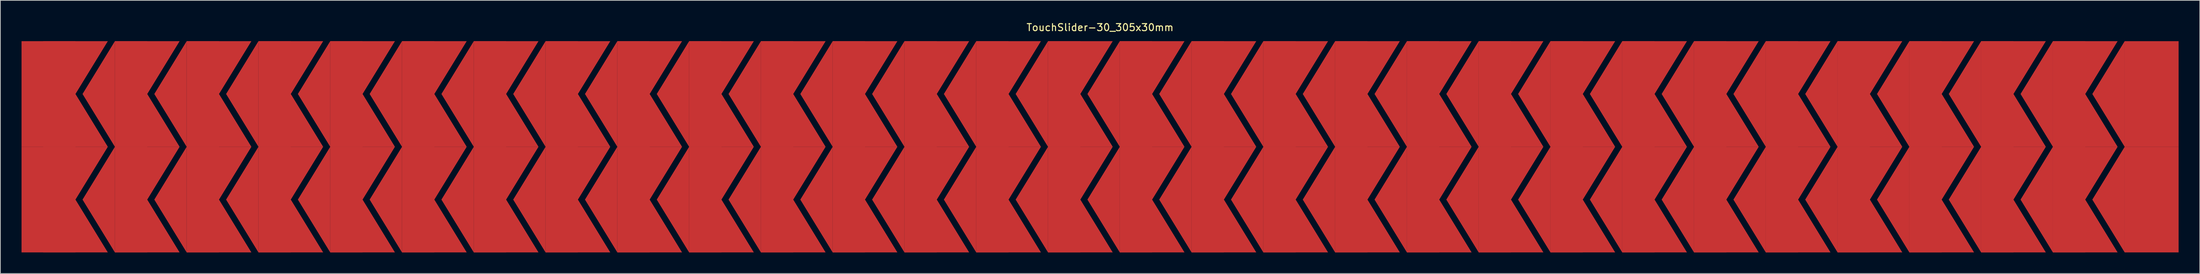
<source format=kicad_pcb>
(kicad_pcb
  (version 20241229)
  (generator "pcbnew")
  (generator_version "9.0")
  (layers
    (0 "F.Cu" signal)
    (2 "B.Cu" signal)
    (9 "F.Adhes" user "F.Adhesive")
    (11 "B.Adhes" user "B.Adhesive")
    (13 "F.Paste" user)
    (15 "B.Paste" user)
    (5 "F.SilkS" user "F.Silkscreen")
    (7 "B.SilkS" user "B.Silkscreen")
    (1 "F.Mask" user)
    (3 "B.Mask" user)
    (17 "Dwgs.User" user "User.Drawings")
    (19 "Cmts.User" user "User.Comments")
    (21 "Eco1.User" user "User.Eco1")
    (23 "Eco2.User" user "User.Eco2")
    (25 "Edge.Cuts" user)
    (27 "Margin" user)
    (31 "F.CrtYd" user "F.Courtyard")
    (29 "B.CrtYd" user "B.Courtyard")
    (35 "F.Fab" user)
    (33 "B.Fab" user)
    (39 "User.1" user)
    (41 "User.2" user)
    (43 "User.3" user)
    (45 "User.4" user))
  (footprint "TouchSlider-30_305x30mm"
    (layer "F.Cu")
    (at 152.764 17.798)
    (property "Reference" "TouchSlider-30_305x30mm" (at 0 -16.95 0) (layer "F.SilkS") (effects (font (size 1 1) (thickness 0.15))))
    (attr smd)
    (pad "1" smd rect (at -148.944 -7.5) (size 7.639 15) (layers "F.Cu" "F.Mask"))
    (pad "1" smd rect (at -148.944 7.5) (size 7.639 15) (layers "F.Cu" "F.Mask"))
    (pad "1" smd trapezoid (at -145.125 -11.25) (size 4.583 7.5) (rect_delta 0 -4.583) (layers "F.Cu" "F.Mask"))
    (pad "1" smd trapezoid (at -145.125 -3.75) (size 4.583 7.5) (rect_delta 0 4.583) (layers "F.Cu" "F.Mask"))
    (pad "1" smd trapezoid (at -145.125 3.75) (size 4.583 7.5) (rect_delta 0 -4.583) (layers "F.Cu" "F.Mask"))
    (pad "1" smd trapezoid (at -145.125 11.25) (size 4.583 7.5) (rect_delta 0 4.583) (layers "F.Cu" "F.Mask"))
    (pad "2" smd trapezoid (at -141.833 -7.5) (size 4.583 7.5) (rect_delta -7.5 0) (layers "F.Cu" "F.Mask"))
    (pad "2" smd trapezoid (at -141.833 7.5) (size 4.583 7.5) (rect_delta -7.5 0) (layers "F.Cu" "F.Mask"))
    (pad "2" smd rect (at -137.25 -7.5) (size 4.583 15) (layers "F.Cu" "F.Mask"))
    (pad "2" smd rect (at -137.25 7.5) (size 4.583 15) (layers "F.Cu" "F.Mask"))
    (pad "2" smd trapezoid (at -134.958 -11.25) (size 4.583 7.5) (rect_delta 0 -4.583) (layers "F.Cu" "F.Mask"))
    (pad "2" smd trapezoid (at -134.958 -3.75) (size 4.583 7.5) (rect_delta 0 4.583) (layers "F.Cu" "F.Mask"))
    (pad "2" smd trapezoid (at -134.958 3.75) (size 4.583 7.5) (rect_delta 0 -4.583) (layers "F.Cu" "F.Mask"))
    (pad "2" smd trapezoid (at -134.958 11.25) (size 4.583 7.5) (rect_delta 0 4.583) (layers "F.Cu" "F.Mask"))
    (pad "3" smd trapezoid (at -131.667 -7.5) (size 4.583 7.5) (rect_delta -7.5 0) (layers "F.Cu" "F.Mask"))
    (pad "3" smd trapezoid (at -131.667 7.5) (size 4.583 7.5) (rect_delta -7.5 0) (layers "F.Cu" "F.Mask"))
    (pad "3" smd rect (at -127.083 -7.5) (size 4.583 15) (layers "F.Cu" "F.Mask"))
    (pad "3" smd rect (at -127.083 7.5) (size 4.583 15) (layers "F.Cu" "F.Mask"))
    (pad "3" smd trapezoid (at -124.792 -11.25) (size 4.583 7.5) (rect_delta 0 -4.583) (layers "F.Cu" "F.Mask"))
    (pad "3" smd trapezoid (at -124.792 -3.75) (size 4.583 7.5) (rect_delta 0 4.583) (layers "F.Cu" "F.Mask"))
    (pad "3" smd trapezoid (at -124.792 3.75) (size 4.583 7.5) (rect_delta 0 -4.583) (layers "F.Cu" "F.Mask"))
    (pad "3" smd trapezoid (at -124.792 11.25) (size 4.583 7.5) (rect_delta 0 4.583) (layers "F.Cu" "F.Mask"))
    (pad "4" smd trapezoid (at -121.5 -7.5) (size 4.583 7.5) (rect_delta -7.5 0) (layers "F.Cu" "F.Mask"))
    (pad "4" smd trapezoid (at -121.5 7.5) (size 4.583 7.5) (rect_delta -7.5 0) (layers "F.Cu" "F.Mask"))
    (pad "4" smd rect (at -116.917 -7.5) (size 4.583 15) (layers "F.Cu" "F.Mask"))
    (pad "4" smd rect (at -116.917 7.5) (size 4.583 15) (layers "F.Cu" "F.Mask"))
    (pad "4" smd trapezoid (at -114.625 -11.25) (size 4.583 7.5) (rect_delta 0 -4.583) (layers "F.Cu" "F.Mask"))
    (pad "4" smd trapezoid (at -114.625 -3.75) (size 4.583 7.5) (rect_delta 0 4.583) (layers "F.Cu" "F.Mask"))
    (pad "4" smd trapezoid (at -114.625 3.75) (size 4.583 7.5) (rect_delta 0 -4.583) (layers "F.Cu" "F.Mask"))
    (pad "4" smd trapezoid (at -114.625 11.25) (size 4.583 7.5) (rect_delta 0 4.583) (layers "F.Cu" "F.Mask"))
    (pad "5" smd trapezoid (at -111.333 -7.5) (size 4.583 7.5) (rect_delta -7.5 0) (layers "F.Cu" "F.Mask"))
    (pad "5" smd trapezoid (at -111.333 7.5) (size 4.583 7.5) (rect_delta -7.5 0) (layers "F.Cu" "F.Mask"))
    (pad "5" smd rect (at -106.75 -7.5) (size 4.583 15) (layers "F.Cu" "F.Mask"))
    (pad "5" smd rect (at -106.75 7.5) (size 4.583 15) (layers "F.Cu" "F.Mask"))
    (pad "5" smd trapezoid (at -104.458 -11.25) (size 4.583 7.5) (rect_delta 0 -4.583) (layers "F.Cu" "F.Mask"))
    (pad "5" smd trapezoid (at -104.458 -3.75) (size 4.583 7.5) (rect_delta 0 4.583) (layers "F.Cu" "F.Mask"))
    (pad "5" smd trapezoid (at -104.458 3.75) (size 4.583 7.5) (rect_delta 0 -4.583) (layers "F.Cu" "F.Mask"))
    (pad "5" smd trapezoid (at -104.458 11.25) (size 4.583 7.5) (rect_delta 0 4.583) (layers "F.Cu" "F.Mask"))
    (pad "6" smd trapezoid (at -101.167 -7.5) (size 4.583 7.5) (rect_delta -7.5 0) (layers "F.Cu" "F.Mask"))
    (pad "6" smd trapezoid (at -101.167 7.5) (size 4.583 7.5) (rect_delta -7.5 0) (layers "F.Cu" "F.Mask"))
    (pad "6" smd rect (at -96.583 -7.5) (size 4.583 15) (layers "F.Cu" "F.Mask"))
    (pad "6" smd rect (at -96.583 7.5) (size 4.583 15) (layers "F.Cu" "F.Mask"))
    (pad "6" smd trapezoid (at -94.292 -11.25) (size 4.583 7.5) (rect_delta 0 -4.583) (layers "F.Cu" "F.Mask"))
    (pad "6" smd trapezoid (at -94.292 -3.75) (size 4.583 7.5) (rect_delta 0 4.583) (layers "F.Cu" "F.Mask"))
    (pad "6" smd trapezoid (at -94.292 3.75) (size 4.583 7.5) (rect_delta 0 -4.583) (layers "F.Cu" "F.Mask"))
    (pad "6" smd trapezoid (at -94.292 11.25) (size 4.583 7.5) (rect_delta 0 4.583) (layers "F.Cu" "F.Mask"))
    (pad "7" smd trapezoid (at -91 -7.5) (size 4.583 7.5) (rect_delta -7.5 0) (layers "F.Cu" "F.Mask"))
    (pad "7" smd trapezoid (at -91 7.5) (size 4.583 7.5) (rect_delta -7.5 0) (layers "F.Cu" "F.Mask"))
    (pad "7" smd rect (at -86.417 -7.5) (size 4.583 15) (layers "F.Cu" "F.Mask"))
    (pad "7" smd rect (at -86.417 7.5) (size 4.583 15) (layers "F.Cu" "F.Mask"))
    (pad "7" smd trapezoid (at -84.125 -11.25) (size 4.583 7.5) (rect_delta 0 -4.583) (layers "F.Cu" "F.Mask"))
    (pad "7" smd trapezoid (at -84.125 -3.75) (size 4.583 7.5) (rect_delta 0 4.583) (layers "F.Cu" "F.Mask"))
    (pad "7" smd trapezoid (at -84.125 3.75) (size 4.583 7.5) (rect_delta 0 -4.583) (layers "F.Cu" "F.Mask"))
    (pad "7" smd trapezoid (at -84.125 11.25) (size 4.583 7.5) (rect_delta 0 4.583) (layers "F.Cu" "F.Mask"))
    (pad "8" smd trapezoid (at -80.833 -7.5) (size 4.583 7.5) (rect_delta -7.5 0) (layers "F.Cu" "F.Mask"))
    (pad "8" smd trapezoid (at -80.833 7.5) (size 4.583 7.5) (rect_delta -7.5 0) (layers "F.Cu" "F.Mask"))
    (pad "8" smd rect (at -76.25 -7.5) (size 4.583 15) (layers "F.Cu" "F.Mask"))
    (pad "8" smd rect (at -76.25 7.5) (size 4.583 15) (layers "F.Cu" "F.Mask"))
    (pad "8" smd trapezoid (at -73.958 -11.25) (size 4.583 7.5) (rect_delta 0 -4.583) (layers "F.Cu" "F.Mask"))
    (pad "8" smd trapezoid (at -73.958 -3.75) (size 4.583 7.5) (rect_delta 0 4.583) (layers "F.Cu" "F.Mask"))
    (pad "8" smd trapezoid (at -73.958 3.75) (size 4.583 7.5) (rect_delta 0 -4.583) (layers "F.Cu" "F.Mask"))
    (pad "8" smd trapezoid (at -73.958 11.25) (size 4.583 7.5) (rect_delta 0 4.583) (layers "F.Cu" "F.Mask"))
    (pad "9" smd trapezoid (at -70.667 -7.5) (size 4.583 7.5) (rect_delta -7.5 0) (layers "F.Cu" "F.Mask"))
    (pad "9" smd trapezoid (at -70.667 7.5) (size 4.583 7.5) (rect_delta -7.5 0) (layers "F.Cu" "F.Mask"))
    (pad "9" smd rect (at -66.083 -7.5) (size 4.583 15) (layers "F.Cu" "F.Mask"))
    (pad "9" smd rect (at -66.083 7.5) (size 4.583 15) (layers "F.Cu" "F.Mask"))
    (pad "9" smd trapezoid (at -63.792 -11.25) (size 4.583 7.5) (rect_delta 0 -4.583) (layers "F.Cu" "F.Mask"))
    (pad "9" smd trapezoid (at -63.792 -3.75) (size 4.583 7.5) (rect_delta 0 4.583) (layers "F.Cu" "F.Mask"))
    (pad "9" smd trapezoid (at -63.792 3.75) (size 4.583 7.5) (rect_delta 0 -4.583) (layers "F.Cu" "F.Mask"))
    (pad "9" smd trapezoid (at -63.792 11.25) (size 4.583 7.5) (rect_delta 0 4.583) (layers "F.Cu" "F.Mask"))
    (pad "10" smd trapezoid (at -60.5 -7.5) (size 4.583 7.5) (rect_delta -7.5 0) (layers "F.Cu" "F.Mask"))
    (pad "10" smd trapezoid (at -60.5 7.5) (size 4.583 7.5) (rect_delta -7.5 0) (layers "F.Cu" "F.Mask"))
    (pad "10" smd rect (at -55.917 -7.5) (size 4.583 15) (layers "F.Cu" "F.Mask"))
    (pad "10" smd rect (at -55.917 7.5) (size 4.583 15) (layers "F.Cu" "F.Mask"))
    (pad "10" smd trapezoid (at -53.625 -11.25) (size 4.583 7.5) (rect_delta 0 -4.583) (layers "F.Cu" "F.Mask"))
    (pad "10" smd trapezoid (at -53.625 -3.75) (size 4.583 7.5) (rect_delta 0 4.583) (layers "F.Cu" "F.Mask"))
    (pad "10" smd trapezoid (at -53.625 3.75) (size 4.583 7.5) (rect_delta 0 -4.583) (layers "F.Cu" "F.Mask"))
    (pad "10" smd trapezoid (at -53.625 11.25) (size 4.583 7.5) (rect_delta 0 4.583) (layers "F.Cu" "F.Mask"))
    (pad "11" smd trapezoid (at -50.333 -7.5) (size 4.583 7.5) (rect_delta -7.5 0) (layers "F.Cu" "F.Mask"))
    (pad "11" smd trapezoid (at -50.333 7.5) (size 4.583 7.5) (rect_delta -7.5 0) (layers "F.Cu" "F.Mask"))
    (pad "11" smd rect (at -45.75 -7.5) (size 4.583 15) (layers "F.Cu" "F.Mask"))
    (pad "11" smd rect (at -45.75 7.5) (size 4.583 15) (layers "F.Cu" "F.Mask"))
    (pad "11" smd trapezoid (at -43.458 -11.25) (size 4.583 7.5) (rect_delta 0 -4.583) (layers "F.Cu" "F.Mask"))
    (pad "11" smd trapezoid (at -43.458 -3.75) (size 4.583 7.5) (rect_delta 0 4.583) (layers "F.Cu" "F.Mask"))
    (pad "11" smd trapezoid (at -43.458 3.75) (size 4.583 7.5) (rect_delta 0 -4.583) (layers "F.Cu" "F.Mask"))
    (pad "11" smd trapezoid (at -43.458 11.25) (size 4.583 7.5) (rect_delta 0 4.583) (layers "F.Cu" "F.Mask"))
    (pad "12" smd trapezoid (at -40.167 -7.5) (size 4.583 7.5) (rect_delta -7.5 0) (layers "F.Cu" "F.Mask"))
    (pad "12" smd trapezoid (at -40.167 7.5) (size 4.583 7.5) (rect_delta -7.5 0) (layers "F.Cu" "F.Mask"))
    (pad "12" smd rect (at -35.583 -7.5) (size 4.583 15) (layers "F.Cu" "F.Mask"))
    (pad "12" smd rect (at -35.583 7.5) (size 4.583 15) (layers "F.Cu" "F.Mask"))
    (pad "12" smd trapezoid (at -33.292 -11.25) (size 4.583 7.5) (rect_delta 0 -4.583) (layers "F.Cu" "F.Mask"))
    (pad "12" smd trapezoid (at -33.292 -3.75) (size 4.583 7.5) (rect_delta 0 4.583) (layers "F.Cu" "F.Mask"))
    (pad "12" smd trapezoid (at -33.292 3.75) (size 4.583 7.5) (rect_delta 0 -4.583) (layers "F.Cu" "F.Mask"))
    (pad "12" smd trapezoid (at -33.292 11.25) (size 4.583 7.5) (rect_delta 0 4.583) (layers "F.Cu" "F.Mask"))
    (pad "13" smd trapezoid (at -30 -7.5) (size 4.583 7.5) (rect_delta -7.5 0) (layers "F.Cu" "F.Mask"))
    (pad "13" smd trapezoid (at -30 7.5) (size 4.583 7.5) (rect_delta -7.5 0) (layers "F.Cu" "F.Mask"))
    (pad "13" smd rect (at -25.417 -7.5) (size 4.583 15) (layers "F.Cu" "F.Mask"))
    (pad "13" smd rect (at -25.417 7.5) (size 4.583 15) (layers "F.Cu" "F.Mask"))
    (pad "13" smd trapezoid (at -23.125 -11.25) (size 4.583 7.5) (rect_delta 0 -4.583) (layers "F.Cu" "F.Mask"))
    (pad "13" smd trapezoid (at -23.125 -3.75) (size 4.583 7.5) (rect_delta 0 4.583) (layers "F.Cu" "F.Mask"))
    (pad "13" smd trapezoid (at -23.125 3.75) (size 4.583 7.5) (rect_delta 0 -4.583) (layers "F.Cu" "F.Mask"))
    (pad "13" smd trapezoid (at -23.125 11.25) (size 4.583 7.5) (rect_delta 0 4.583) (layers "F.Cu" "F.Mask"))
    (pad "14" smd trapezoid (at -19.833 -7.5) (size 4.583 7.5) (rect_delta -7.5 0) (layers "F.Cu" "F.Mask"))
    (pad "14" smd trapezoid (at -19.833 7.5) (size 4.583 7.5) (rect_delta -7.5 0) (layers "F.Cu" "F.Mask"))
    (pad "14" smd rect (at -15.25 -7.5) (size 4.583 15) (layers "F.Cu" "F.Mask"))
    (pad "14" smd rect (at -15.25 7.5) (size 4.583 15) (layers "F.Cu" "F.Mask"))
    (pad "14" smd trapezoid (at -12.958 -11.25) (size 4.583 7.5) (rect_delta 0 -4.583) (layers "F.Cu" "F.Mask"))
    (pad "14" smd trapezoid (at -12.958 -3.75) (size 4.583 7.5) (rect_delta 0 4.583) (layers "F.Cu" "F.Mask"))
    (pad "14" smd trapezoid (at -12.958 3.75) (size 4.583 7.5) (rect_delta 0 -4.583) (layers "F.Cu" "F.Mask"))
    (pad "14" smd trapezoid (at -12.958 11.25) (size 4.583 7.5) (rect_delta 0 4.583) (layers "F.Cu" "F.Mask"))
    (pad "15" smd trapezoid (at -9.667 -7.5) (size 4.583 7.5) (rect_delta -7.5 0) (layers "F.Cu" "F.Mask"))
    (pad "15" smd trapezoid (at -9.667 7.5) (size 4.583 7.5) (rect_delta -7.5 0) (layers "F.Cu" "F.Mask"))
    (pad "15" smd rect (at -5.083 -7.5) (size 4.583 15) (layers "F.Cu" "F.Mask"))
    (pad "15" smd rect (at -5.083 7.5) (size 4.583 15) (layers "F.Cu" "F.Mask"))
    (pad "15" smd trapezoid (at -2.792 -11.25) (size 4.583 7.5) (rect_delta 0 -4.583) (layers "F.Cu" "F.Mask"))
    (pad "15" smd trapezoid (at -2.792 -3.75) (size 4.583 7.5) (rect_delta 0 4.583) (layers "F.Cu" "F.Mask"))
    (pad "15" smd trapezoid (at -2.792 3.75) (size 4.583 7.5) (rect_delta 0 -4.583) (layers "F.Cu" "F.Mask"))
    (pad "15" smd trapezoid (at -2.792 11.25) (size 4.583 7.5) (rect_delta 0 4.583) (layers "F.Cu" "F.Mask"))
    (pad "16" smd trapezoid (at 0.5 -7.5) (size 4.583 7.5) (rect_delta -7.5 0) (layers "F.Cu" "F.Mask"))
    (pad "16" smd trapezoid (at 0.5 7.5) (size 4.583 7.5) (rect_delta -7.5 0) (layers "F.Cu" "F.Mask"))
    (pad "16" smd rect (at 5.083 -7.5) (size 4.583 15) (layers "F.Cu" "F.Mask"))
    (pad "16" smd rect (at 5.083 7.5) (size 4.583 15) (layers "F.Cu" "F.Mask"))
    (pad "16" smd trapezoid (at 7.375 -11.25) (size 4.583 7.5) (rect_delta 0 -4.583) (layers "F.Cu" "F.Mask"))
    (pad "16" smd trapezoid (at 7.375 -3.75) (size 4.583 7.5) (rect_delta 0 4.583) (layers "F.Cu" "F.Mask"))
    (pad "16" smd trapezoid (at 7.375 3.75) (size 4.583 7.5) (rect_delta 0 -4.583) (layers "F.Cu" "F.Mask"))
    (pad "16" smd trapezoid (at 7.375 11.25) (size 4.583 7.5) (rect_delta 0 4.583) (layers "F.Cu" "F.Mask"))
    (pad "17" smd trapezoid (at 10.667 -7.5) (size 4.583 7.5) (rect_delta -7.5 0) (layers "F.Cu" "F.Mask"))
    (pad "17" smd trapezoid (at 10.667 7.5) (size 4.583 7.5) (rect_delta -7.5 0) (layers "F.Cu" "F.Mask"))
    (pad "17" smd rect (at 15.25 -7.5) (size 4.583 15) (layers "F.Cu" "F.Mask"))
    (pad "17" smd rect (at 15.25 7.5) (size 4.583 15) (layers "F.Cu" "F.Mask"))
    (pad "17" smd trapezoid (at 17.542 -11.25) (size 4.583 7.5) (rect_delta 0 -4.583) (layers "F.Cu" "F.Mask"))
    (pad "17" smd trapezoid (at 17.542 -3.75) (size 4.583 7.5) (rect_delta 0 4.583) (layers "F.Cu" "F.Mask"))
    (pad "17" smd trapezoid (at 17.542 3.75) (size 4.583 7.5) (rect_delta 0 -4.583) (layers "F.Cu" "F.Mask"))
    (pad "17" smd trapezoid (at 17.542 11.25) (size 4.583 7.5) (rect_delta 0 4.583) (layers "F.Cu" "F.Mask"))
    (pad "18" smd trapezoid (at 20.833 -7.5) (size 4.583 7.5) (rect_delta -7.5 0) (layers "F.Cu" "F.Mask"))
    (pad "18" smd trapezoid (at 20.833 7.5) (size 4.583 7.5) (rect_delta -7.5 0) (layers "F.Cu" "F.Mask"))
    (pad "18" smd rect (at 25.417 -7.5) (size 4.583 15) (layers "F.Cu" "F.Mask"))
    (pad "18" smd rect (at 25.417 7.5) (size 4.583 15) (layers "F.Cu" "F.Mask"))
    (pad "18" smd trapezoid (at 27.708 -11.25) (size 4.583 7.5) (rect_delta 0 -4.583) (layers "F.Cu" "F.Mask"))
    (pad "18" smd trapezoid (at 27.708 -3.75) (size 4.583 7.5) (rect_delta 0 4.583) (layers "F.Cu" "F.Mask"))
    (pad "18" smd trapezoid (at 27.708 3.75) (size 4.583 7.5) (rect_delta 0 -4.583) (layers "F.Cu" "F.Mask"))
    (pad "18" smd trapezoid (at 27.708 11.25) (size 4.583 7.5) (rect_delta 0 4.583) (layers "F.Cu" "F.Mask"))
    (pad "19" smd trapezoid (at 31 -7.5) (size 4.583 7.5) (rect_delta -7.5 0) (layers "F.Cu" "F.Mask"))
    (pad "19" smd trapezoid (at 31 7.5) (size 4.583 7.5) (rect_delta -7.5 0) (layers "F.Cu" "F.Mask"))
    (pad "19" smd rect (at 35.583 -7.5) (size 4.583 15) (layers "F.Cu" "F.Mask"))
    (pad "19" smd rect (at 35.583 7.5) (size 4.583 15) (layers "F.Cu" "F.Mask"))
    (pad "19" smd trapezoid (at 37.875 -11.25) (size 4.583 7.5) (rect_delta 0 -4.583) (layers "F.Cu" "F.Mask"))
    (pad "19" smd trapezoid (at 37.875 -3.75) (size 4.583 7.5) (rect_delta 0 4.583) (layers "F.Cu" "F.Mask"))
    (pad "19" smd trapezoid (at 37.875 3.75) (size 4.583 7.5) (rect_delta 0 -4.583) (layers "F.Cu" "F.Mask"))
    (pad "19" smd trapezoid (at 37.875 11.25) (size 4.583 7.5) (rect_delta 0 4.583) (layers "F.Cu" "F.Mask"))
    (pad "20" smd trapezoid (at 41.167 -7.5) (size 4.583 7.5) (rect_delta -7.5 0) (layers "F.Cu" "F.Mask"))
    (pad "20" smd trapezoid (at 41.167 7.5) (size 4.583 7.5) (rect_delta -7.5 0) (layers "F.Cu" "F.Mask"))
    (pad "20" smd rect (at 45.75 -7.5) (size 4.583 15) (layers "F.Cu" "F.Mask"))
    (pad "20" smd rect (at 45.75 7.5) (size 4.583 15) (layers "F.Cu" "F.Mask"))
    (pad "20" smd trapezoid (at 48.042 -11.25) (size 4.583 7.5) (rect_delta 0 -4.583) (layers "F.Cu" "F.Mask"))
    (pad "20" smd trapezoid (at 48.042 -3.75) (size 4.583 7.5) (rect_delta 0 4.583) (layers "F.Cu" "F.Mask"))
    (pad "20" smd trapezoid (at 48.042 3.75) (size 4.583 7.5) (rect_delta 0 -4.583) (layers "F.Cu" "F.Mask"))
    (pad "20" smd trapezoid (at 48.042 11.25) (size 4.583 7.5) (rect_delta 0 4.583) (layers "F.Cu" "F.Mask"))
    (pad "21" smd trapezoid (at 51.333 -7.5) (size 4.583 7.5) (rect_delta -7.5 0) (layers "F.Cu" "F.Mask"))
    (pad "21" smd trapezoid (at 51.333 7.5) (size 4.583 7.5) (rect_delta -7.5 0) (layers "F.Cu" "F.Mask"))
    (pad "21" smd rect (at 55.917 -7.5) (size 4.583 15) (layers "F.Cu" "F.Mask"))
    (pad "21" smd rect (at 55.917 7.5) (size 4.583 15) (layers "F.Cu" "F.Mask"))
    (pad "21" smd trapezoid (at 58.208 -11.25) (size 4.583 7.5) (rect_delta 0 -4.583) (layers "F.Cu" "F.Mask"))
    (pad "21" smd trapezoid (at 58.208 -3.75) (size 4.583 7.5) (rect_delta 0 4.583) (layers "F.Cu" "F.Mask"))
    (pad "21" smd trapezoid (at 58.208 3.75) (size 4.583 7.5) (rect_delta 0 -4.583) (layers "F.Cu" "F.Mask"))
    (pad "21" smd trapezoid (at 58.208 11.25) (size 4.583 7.5) (rect_delta 0 4.583) (layers "F.Cu" "F.Mask"))
    (pad "22" smd trapezoid (at 61.5 -7.5) (size 4.583 7.5) (rect_delta -7.5 0) (layers "F.Cu" "F.Mask"))
    (pad "22" smd trapezoid (at 61.5 7.5) (size 4.583 7.5) (rect_delta -7.5 0) (layers "F.Cu" "F.Mask"))
    (pad "22" smd rect (at 66.083 -7.5) (size 4.583 15) (layers "F.Cu" "F.Mask"))
    (pad "22" smd rect (at 66.083 7.5) (size 4.583 15) (layers "F.Cu" "F.Mask"))
    (pad "22" smd trapezoid (at 68.375 -11.25) (size 4.583 7.5) (rect_delta 0 -4.583) (layers "F.Cu" "F.Mask"))
    (pad "22" smd trapezoid (at 68.375 -3.75) (size 4.583 7.5) (rect_delta 0 4.583) (layers "F.Cu" "F.Mask"))
    (pad "22" smd trapezoid (at 68.375 3.75) (size 4.583 7.5) (rect_delta 0 -4.583) (layers "F.Cu" "F.Mask"))
    (pad "22" smd trapezoid (at 68.375 11.25) (size 4.583 7.5) (rect_delta 0 4.583) (layers "F.Cu" "F.Mask"))
    (pad "23" smd trapezoid (at 71.667 -7.5) (size 4.583 7.5) (rect_delta -7.5 0) (layers "F.Cu" "F.Mask"))
    (pad "23" smd trapezoid (at 71.667 7.5) (size 4.583 7.5) (rect_delta -7.5 0) (layers "F.Cu" "F.Mask"))
    (pad "23" smd rect (at 76.25 -7.5) (size 4.583 15) (layers "F.Cu" "F.Mask"))
    (pad "23" smd rect (at 76.25 7.5) (size 4.583 15) (layers "F.Cu" "F.Mask"))
    (pad "23" smd trapezoid (at 78.542 -11.25) (size 4.583 7.5) (rect_delta 0 -4.583) (layers "F.Cu" "F.Mask"))
    (pad "23" smd trapezoid (at 78.542 -3.75) (size 4.583 7.5) (rect_delta 0 4.583) (layers "F.Cu" "F.Mask"))
    (pad "23" smd trapezoid (at 78.542 3.75) (size 4.583 7.5) (rect_delta 0 -4.583) (layers "F.Cu" "F.Mask"))
    (pad "23" smd trapezoid (at 78.542 11.25) (size 4.583 7.5) (rect_delta 0 4.583) (layers "F.Cu" "F.Mask"))
    (pad "24" smd trapezoid (at 81.833 -7.5) (size 4.583 7.5) (rect_delta -7.5 0) (layers "F.Cu" "F.Mask"))
    (pad "24" smd trapezoid (at 81.833 7.5) (size 4.583 7.5) (rect_delta -7.5 0) (layers "F.Cu" "F.Mask"))
    (pad "24" smd rect (at 86.417 -7.5) (size 4.583 15) (layers "F.Cu" "F.Mask"))
    (pad "24" smd rect (at 86.417 7.5) (size 4.583 15) (layers "F.Cu" "F.Mask"))
    (pad "24" smd trapezoid (at 88.708 -11.25) (size 4.583 7.5) (rect_delta 0 -4.583) (layers "F.Cu" "F.Mask"))
    (pad "24" smd trapezoid (at 88.708 -3.75) (size 4.583 7.5) (rect_delta 0 4.583) (layers "F.Cu" "F.Mask"))
    (pad "24" smd trapezoid (at 88.708 3.75) (size 4.583 7.5) (rect_delta 0 -4.583) (layers "F.Cu" "F.Mask"))
    (pad "24" smd trapezoid (at 88.708 11.25) (size 4.583 7.5) (rect_delta 0 4.583) (layers "F.Cu" "F.Mask"))
    (pad "25" smd trapezoid (at 92 -7.5) (size 4.583 7.5) (rect_delta -7.5 0) (layers "F.Cu" "F.Mask"))
    (pad "25" smd trapezoid (at 92 7.5) (size 4.583 7.5) (rect_delta -7.5 0) (layers "F.Cu" "F.Mask"))
    (pad "25" smd rect (at 96.583 -7.5) (size 4.583 15) (layers "F.Cu" "F.Mask"))
    (pad "25" smd rect (at 96.583 7.5) (size 4.583 15) (layers "F.Cu" "F.Mask"))
    (pad "25" smd trapezoid (at 98.875 -11.25) (size 4.583 7.5) (rect_delta 0 -4.583) (layers "F.Cu" "F.Mask"))
    (pad "25" smd trapezoid (at 98.875 -3.75) (size 4.583 7.5) (rect_delta 0 4.583) (layers "F.Cu" "F.Mask"))
    (pad "25" smd trapezoid (at 98.875 3.75) (size 4.583 7.5) (rect_delta 0 -4.583) (layers "F.Cu" "F.Mask"))
    (pad "25" smd trapezoid (at 98.875 11.25) (size 4.583 7.5) (rect_delta 0 4.583) (layers "F.Cu" "F.Mask"))
    (pad "26" smd trapezoid (at 102.167 -7.5) (size 4.583 7.5) (rect_delta -7.5 0) (layers "F.Cu" "F.Mask"))
    (pad "26" smd trapezoid (at 102.167 7.5) (size 4.583 7.5) (rect_delta -7.5 0) (layers "F.Cu" "F.Mask"))
    (pad "26" smd rect (at 106.75 -7.5) (size 4.583 15) (layers "F.Cu" "F.Mask"))
    (pad "26" smd rect (at 106.75 7.5) (size 4.583 15) (layers "F.Cu" "F.Mask"))
    (pad "26" smd trapezoid (at 109.042 -11.25) (size 4.583 7.5) (rect_delta 0 -4.583) (layers "F.Cu" "F.Mask"))
    (pad "26" smd trapezoid (at 109.042 -3.75) (size 4.583 7.5) (rect_delta 0 4.583) (layers "F.Cu" "F.Mask"))
    (pad "26" smd trapezoid (at 109.042 3.75) (size 4.583 7.5) (rect_delta 0 -4.583) (layers "F.Cu" "F.Mask"))
    (pad "26" smd trapezoid (at 109.042 11.25) (size 4.583 7.5) (rect_delta 0 4.583) (layers "F.Cu" "F.Mask"))
    (pad "27" smd trapezoid (at 112.333 -7.5) (size 4.583 7.5) (rect_delta -7.5 0) (layers "F.Cu" "F.Mask"))
    (pad "27" smd trapezoid (at 112.333 7.5) (size 4.583 7.5) (rect_delta -7.5 0) (layers "F.Cu" "F.Mask"))
    (pad "27" smd rect (at 116.917 -7.5) (size 4.583 15) (layers "F.Cu" "F.Mask"))
    (pad "27" smd rect (at 116.917 7.5) (size 4.583 15) (layers "F.Cu" "F.Mask"))
    (pad "27" smd trapezoid (at 119.208 -11.25) (size 4.583 7.5) (rect_delta 0 -4.583) (layers "F.Cu" "F.Mask"))
    (pad "27" smd trapezoid (at 119.208 -3.75) (size 4.583 7.5) (rect_delta 0 4.583) (layers "F.Cu" "F.Mask"))
    (pad "27" smd trapezoid (at 119.208 3.75) (size 4.583 7.5) (rect_delta 0 -4.583) (layers "F.Cu" "F.Mask"))
    (pad "27" smd trapezoid (at 119.208 11.25) (size 4.583 7.5) (rect_delta 0 4.583) (layers "F.Cu" "F.Mask"))
    (pad "28" smd trapezoid (at 122.5 -7.5) (size 4.583 7.5) (rect_delta -7.5 0) (layers "F.Cu" "F.Mask"))
    (pad "28" smd trapezoid (at 122.5 7.5) (size 4.583 7.5) (rect_delta -7.5 0) (layers "F.Cu" "F.Mask"))
    (pad "28" smd rect (at 127.083 -7.5) (size 4.583 15) (layers "F.Cu" "F.Mask"))
    (pad "28" smd rect (at 127.083 7.5) (size 4.583 15) (layers "F.Cu" "F.Mask"))
    (pad "28" smd trapezoid (at 129.375 -11.25) (size 4.583 7.5) (rect_delta 0 -4.583) (layers "F.Cu" "F.Mask"))
    (pad "28" smd trapezoid (at 129.375 -3.75) (size 4.583 7.5) (rect_delta 0 4.583) (layers "F.Cu" "F.Mask"))
    (pad "28" smd trapezoid (at 129.375 3.75) (size 4.583 7.5) (rect_delta 0 -4.583) (layers "F.Cu" "F.Mask"))
    (pad "28" smd trapezoid (at 129.375 11.25) (size 4.583 7.5) (rect_delta 0 4.583) (layers "F.Cu" "F.Mask"))
    (pad "29" smd trapezoid (at 132.667 -7.5) (size 4.583 7.5) (rect_delta -7.5 0) (layers "F.Cu" "F.Mask"))
    (pad "29" smd trapezoid (at 132.667 7.5) (size 4.583 7.5) (rect_delta -7.5 0) (layers "F.Cu" "F.Mask"))
    (pad "29" smd rect (at 137.25 -7.5) (size 4.583 15) (layers "F.Cu" "F.Mask"))
    (pad "29" smd rect (at 137.25 7.5) (size 4.583 15) (layers "F.Cu" "F.Mask"))
    (pad "29" smd trapezoid (at 139.542 -11.25) (size 4.583 7.5) (rect_delta 0 -4.583) (layers "F.Cu" "F.Mask"))
    (pad "29" smd trapezoid (at 139.542 -3.75) (size 4.583 7.5) (rect_delta 0 4.583) (layers "F.Cu" "F.Mask"))
    (pad "29" smd trapezoid (at 139.542 3.75) (size 4.583 7.5) (rect_delta 0 -4.583) (layers "F.Cu" "F.Mask"))
    (pad "29" smd trapezoid (at 139.542 11.25) (size 4.583 7.5) (rect_delta 0 4.583) (layers "F.Cu" "F.Mask"))
    (pad "30" smd trapezoid (at 142.833 -7.5) (size 4.583 7.5) (rect_delta -7.5 0) (layers "F.Cu" "F.Mask"))
    (pad "30" smd trapezoid (at 142.833 7.5) (size 4.583 7.5) (rect_delta -7.5 0) (layers "F.Cu" "F.Mask"))
    (pad "30" smd rect (at 148.944 -7.5) (size 7.639 15) (layers "F.Cu" "F.Mask"))
    (pad "30" smd rect (at 148.944 7.5) (size 7.639 15) (layers "F.Cu" "F.Mask")))
  (gr_rect
    (start -3 -3)
    (end 308.528 35.798)
    (stroke (width 0.1) (type default))
    (fill no)
    (layer "Edge.Cuts")))
</source>
